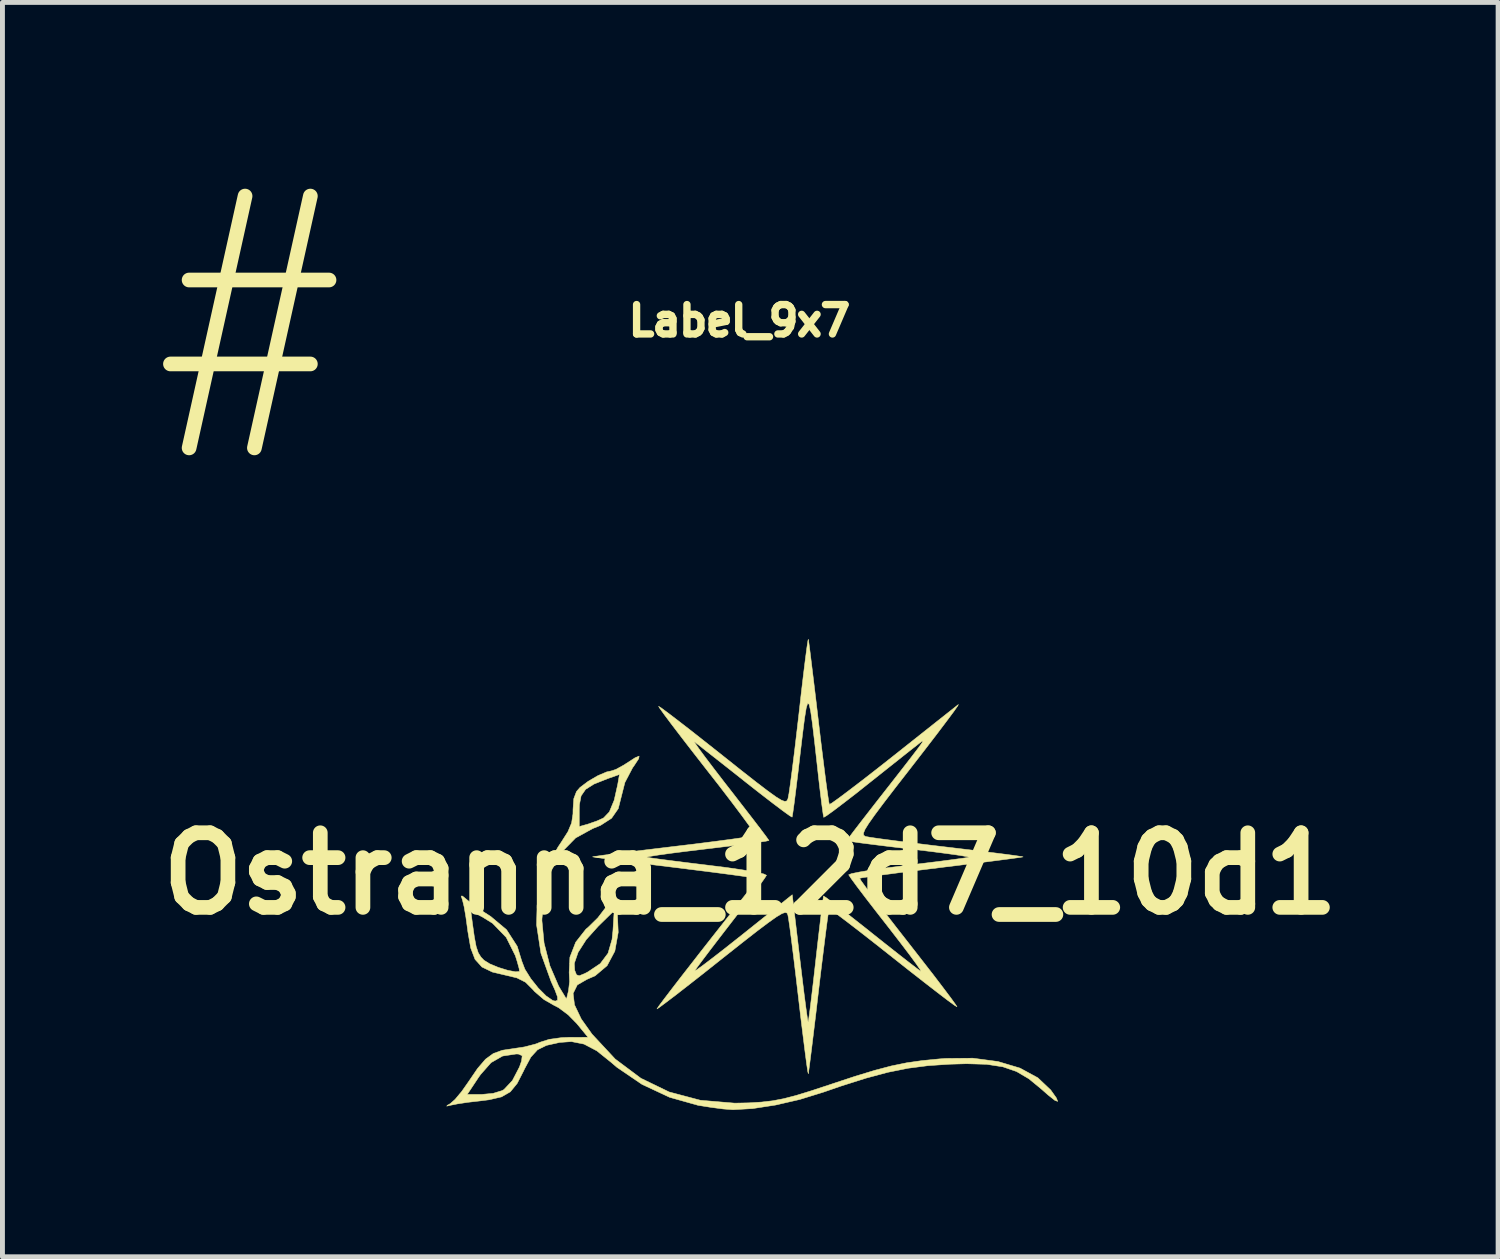
<source format=kicad_pcb>
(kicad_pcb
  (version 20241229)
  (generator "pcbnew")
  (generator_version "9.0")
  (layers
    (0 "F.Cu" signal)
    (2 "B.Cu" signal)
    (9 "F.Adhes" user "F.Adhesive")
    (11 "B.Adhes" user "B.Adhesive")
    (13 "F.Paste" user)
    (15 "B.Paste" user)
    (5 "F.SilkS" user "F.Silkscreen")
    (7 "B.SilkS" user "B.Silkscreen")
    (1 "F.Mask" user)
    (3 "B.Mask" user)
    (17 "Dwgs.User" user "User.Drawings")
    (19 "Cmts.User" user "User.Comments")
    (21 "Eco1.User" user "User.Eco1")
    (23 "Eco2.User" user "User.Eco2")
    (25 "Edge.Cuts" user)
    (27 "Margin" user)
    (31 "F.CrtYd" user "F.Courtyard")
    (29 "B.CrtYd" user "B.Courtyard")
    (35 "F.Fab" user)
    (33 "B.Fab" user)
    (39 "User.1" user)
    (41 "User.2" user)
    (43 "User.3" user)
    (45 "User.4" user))
  (footprint "Label_9x7"
    (layer "F.Cu")
    (at 12.05 3.5)
    (property "Reference" "Label_9x7" (at 0 0 0) (layer "F.SilkS") (effects (font (size 0.6 0.6) (thickness 0.15))))
    (attr exclude_from_pos_files exclude_from_bom)
    (fp_line (start -4.5 0) (end 4.5 0) (stroke (width 7) (type solid)) (layer "F.Mask"))
    (fp_text user "#" (at -10 0 0) (layer "F.SilkS") (effects (font (size 4 4) (thickness 0.3)))))
  (footprint "Ostranna_12d7_10d1"
    (layer "F.Cu")
    (at 12.272 14.791)
    (property "Reference" "Ostranna_12d7_10d1" (at 0 0 0) (layer "F.SilkS") (effects (font (size 1.524 1.524) (thickness 0.3))))
    (attr exclude_from_pos_files exclude_from_bom)
    (fp_line (start -2.27 -0.33) (end -2.48 -0.35) (stroke (width 0.15) (type solid)) (layer "F.SilkS"))
    (fp_line (start -1.39 2.23) (end -1.32 2.15) (stroke (width 0.15) (type solid)) (layer "F.SilkS"))
    (fp_line (start -1.23 -2.8) (end -1.35 -2.9) (stroke (width 0.15) (type solid)) (layer "F.SilkS"))
    (fp_line (start -1.23 2.07) (end -1.28 2.12) (stroke (width 0.15) (type solid)) (layer "F.SilkS"))
    (fp_line (start 1.18 3.14) (end 1.19 3.27) (stroke (width 0.15) (type solid)) (layer "F.SilkS"))
    (fp_line (start 1.22 -3.67) (end 1.2 -3.87) (stroke (width 0.15) (type solid)) (layer "F.SilkS"))
    (fp_line (start 3.57 2.06) (end 3.65 2.14) (stroke (width 0.15) (type solid)) (layer "F.SilkS"))
    (fp_line (start 3.6 -2.79) (end 3.7 -2.87) (stroke (width 0.15) (type solid)) (layer "F.SilkS"))
    (fp_line (start 4.63 -0.35) (end 4.79 -0.35) (stroke (width 0.15) (type solid)) (layer "F.SilkS"))
    (fp_poly (pts (xy -2.279 -2.347) (xy -2.373 -2.204) (xy -2.404 -2.161) (xy -2.561 -1.861) (xy -2.627 -1.601) (xy -2.696 -1.328) (xy -2.833 -1.131) (xy -3.061 -0.984) (xy -3.219 -0.92) (xy -3.567 -0.729) (xy -3.852 -0.438) (xy -4.066 -0.058) (xy -4.202 0.398) (xy -4.254 0.917) (xy -4.255 0.961) (xy -4.211 1.419) (xy -4.092 1.883) (xy -3.914 2.296) (xy -3.877 2.359) (xy -3.754 2.561) (xy -3.712 2.391) (xy -3.69 2.201) (xy -3.699 2.017) (xy -3.69 1.833) (xy -3.594 1.833) (xy -3.586 1.973) (xy -3.549 2.066) (xy -3.493 2.086) (xy -3.38 2.04) (xy -3.315 2.006) (xy -3.063 1.837) (xy -2.905 1.626) (xy -2.823 1.343) (xy -2.805 1.169) (xy -2.779 0.755) (xy -3.106 1.075) (xy -3.35 1.347) (xy -3.516 1.607) (xy -3.594 1.833) (xy -3.69 1.833) (xy -3.684 1.707) (xy -3.565 1.4) (xy -3.357 1.135) (xy -3.298 1.084) (xy -3.113 0.902) (xy -2.949 0.687) (xy -2.907 0.616) (xy -2.767 0.349) (xy -2.718 0.73) (xy -2.697 1.199) (xy -2.766 1.583) (xy -2.924 1.88) (xy -3.168 2.086) (xy -3.337 2.16) (xy -3.533 2.273) (xy -3.618 2.446) (xy -3.59 2.678) (xy -3.452 2.968) (xy -3.231 3.279) (xy -2.758 3.787) (xy -2.234 4.179) (xy -1.656 4.459) (xy -1.019 4.628) (xy -0.319 4.687) (xy -0.027 4.681) (xy 0.229 4.665) (xy 0.455 4.639) (xy 0.681 4.596) (xy 0.936 4.53) (xy 1.251 4.433) (xy 1.654 4.3) (xy 1.656 4.299) (xy 2.143 4.138) (xy 2.541 4.017) (xy 2.882 3.927) (xy 3.194 3.863) (xy 3.509 3.818) (xy 3.856 3.784) (xy 3.983 3.774) (xy 4.545 3.769) (xy 5.058 3.837) (xy 5.507 3.971) (xy 5.872 4.169) (xy 6.135 4.418) (xy 6.25 4.58) (xy 6.278 4.651) (xy 6.221 4.631) (xy 6.08 4.519) (xy 5.944 4.399) (xy 5.69 4.19) (xy 5.437 4.041) (xy 5.158 3.945) (xy 4.827 3.894) (xy 4.417 3.882) (xy 4.071 3.892) (xy 3.634 3.921) (xy 3.224 3.974) (xy 2.81 4.057) (xy 2.362 4.177) (xy 1.848 4.34) (xy 1.492 4.463) (xy 1.01 4.612) (xy 0.515 4.726) (xy 0.047 4.798) (xy -0.351 4.821) (xy -0.37 4.82) (xy -0.552 4.806) (xy -0.803 4.773) (xy -1.067 4.731) (xy -1.646 4.568) (xy -2.212 4.303) (xy -2.723 3.955) (xy -2.841 3.854) (xy -3.135 3.618) (xy -3.396 3.481) (xy -3.652 3.43) (xy -3.893 3.447) (xy -4.161 3.507) (xy -4.345 3.597) (xy -4.482 3.748) (xy -4.611 3.989) (xy -4.627 4.024) (xy -4.761 4.285) (xy -4.901 4.456) (xy -5.08 4.559) (xy -5.333 4.618) (xy -5.524 4.642) (xy -5.767 4.67) (xy -5.979 4.702) (xy -6.096 4.725) (xy -6.199 4.748) (xy -6.187 4.731) (xy -6.128 4.698) (xy -6.029 4.611) (xy -5.943 4.508) (xy -5.78 4.508) (xy -5.476 4.508) (xy -5.251 4.487) (xy -5.068 4.431) (xy -5.03 4.409) (xy -4.858 4.226) (xy -4.714 3.949) (xy -4.671 3.826) (xy -4.658 3.719) (xy -4.732 3.685) (xy -4.78 3.683) (xy -5.058 3.725) (xy -5.294 3.86) (xy -5.51 4.105) (xy -5.551 4.163) (xy -5.78 4.508) (xy -5.943 4.508) (xy -5.895 4.451) (xy -5.763 4.263) (xy -5.57 3.98) (xy -5.407 3.79) (xy -5.247 3.673) (xy -5.064 3.607) (xy -4.85 3.575) (xy -4.608 3.538) (xy -4.388 3.481) (xy -4.286 3.441) (xy -4.104 3.383) (xy -3.853 3.349) (xy -3.704 3.343) (xy -3.313 3.342) (xy -3.542 3.063) (xy -3.718 2.884) (xy -3.915 2.737) (xy -4.014 2.686) (xy -4.214 2.571) (xy -4.404 2.408) (xy -4.441 2.366) (xy -4.591 2.217) (xy -4.766 2.129) (xy -4.962 2.082) (xy -5.267 2.01) (xy -5.48 1.907) (xy -5.621 1.75) (xy -5.71 1.517) (xy -5.768 1.182) (xy -5.774 1.135) (xy -5.808 0.887) (xy -5.829 0.764) (xy -5.707 0.764) (xy -5.676 1.001) (xy -5.635 1.293) (xy -5.598 1.489) (xy -5.555 1.617) (xy -5.499 1.706) (xy -5.438 1.769) (xy -5.321 1.842) (xy -5.145 1.915) (xy -4.954 1.974) (xy -4.794 2.005) (xy -4.713 1.998) (xy -4.721 1.936) (xy -4.761 1.792) (xy -4.798 1.675) (xy -4.984 1.302) (xy -5.263 1.014) (xy -5.473 0.884) (xy -5.707 0.764) (xy -5.829 0.764) (xy -5.844 0.676) (xy -5.876 0.545) (xy -5.877 0.54) (xy -5.905 0.458) (xy -5.879 0.457) (xy -5.779 0.539) (xy -5.773 0.544) (xy -5.632 0.652) (xy -5.435 0.788) (xy -5.299 0.876) (xy -4.977 1.146) (xy -4.759 1.485) (xy -4.667 1.785) (xy -4.604 1.95) (xy -4.482 2.145) (xy -4.329 2.337) (xy -4.171 2.496) (xy -4.034 2.591) (xy -3.982 2.603) (xy -3.936 2.585) (xy -3.937 2.516) (xy -3.99 2.374) (xy -4.067 2.204) (xy -4.275 1.628) (xy -4.364 1.047) (xy -4.354 0.647) (xy -4.282 0.223) (xy -4.146 -0.156) (xy -3.927 -0.542) (xy -3.863 -0.638) (xy -3.723 -0.858) (xy -3.649 -1.035) (xy -3.621 -1.22) (xy -3.62 -1.299) (xy -3.493 -1.299) (xy -3.493 -0.961) (xy -3.311 -1.013) (xy -3.128 -1.077) (xy -2.998 -1.136) (xy -2.878 -1.261) (xy -2.779 -1.5) (xy -2.707 -1.822) (xy -2.672 -2.025) (xy -2.919 -1.938) (xy -3.192 -1.829) (xy -3.363 -1.721) (xy -3.455 -1.588) (xy -3.49 -1.405) (xy -3.493 -1.299) (xy -3.62 -1.299) (xy -3.62 -1.309) (xy -3.604 -1.532) (xy -3.549 -1.677) (xy -3.477 -1.76) (xy -3.311 -1.885) (xy -3.114 -2) (xy -2.934 -2.077) (xy -2.844 -2.096) (xy -2.743 -2.129) (xy -2.589 -2.214) (xy -2.526 -2.254) (xy -2.35 -2.368) (xy -2.27 -2.4) (xy -2.279 -2.347)) (stroke (width 0.01) (type solid)) (fill yes) (layer "F.SilkS"))
    (fp_poly (pts (xy 1.197 -4.71) (xy 1.221 -4.526) (xy 1.255 -4.25) (xy 1.298 -3.899) (xy 1.347 -3.492) (xy 1.395 -3.084) (xy 1.448 -2.641) (xy 1.498 -2.242) (xy 1.541 -1.902) (xy 1.577 -1.64) (xy 1.602 -1.47) (xy 1.615 -1.412) (xy 1.669 -1.443) (xy 1.809 -1.543) (xy 2.021 -1.702) (xy 2.292 -1.909) (xy 2.608 -2.155) (xy 2.9 -2.385) (xy 3.248 -2.661) (xy 3.567 -2.914) (xy 3.841 -3.131) (xy 4.056 -3.301) (xy 4.199 -3.414) (xy 4.25 -3.454) (xy 4.236 -3.425) (xy 4.154 -3.308) (xy 4.01 -3.115) (xy 3.816 -2.858) (xy 3.579 -2.549) (xy 3.308 -2.199) (xy 3.278 -2.16) (xy 2.963 -1.755) (xy 2.719 -1.437) (xy 2.54 -1.197) (xy 2.417 -1.023) (xy 2.343 -0.904) (xy 2.312 -0.828) (xy 2.315 -0.785) (xy 2.346 -0.762) (xy 2.362 -0.757) (xy 2.464 -0.739) (xy 2.674 -0.709) (xy 2.97 -0.67) (xy 3.335 -0.624) (xy 3.749 -0.573) (xy 4.046 -0.538) (xy 4.471 -0.487) (xy 4.849 -0.441) (xy 5.165 -0.401) (xy 5.401 -0.37) (xy 5.54 -0.349) (xy 5.57 -0.342) (xy 5.506 -0.331) (xy 5.333 -0.307) (xy 5.066 -0.272) (xy 4.724 -0.228) (xy 4.322 -0.178) (xy 3.905 -0.127) (xy 3.462 -0.072) (xy 3.063 -0.022) (xy 2.723 0.023) (xy 2.461 0.058) (xy 2.292 0.083) (xy 2.233 0.095) (xy 2.265 0.149) (xy 2.366 0.288) (xy 2.525 0.501) (xy 2.732 0.773) (xy 2.978 1.091) (xy 3.225 1.407) (xy 3.497 1.756) (xy 3.741 2.07) (xy 3.944 2.337) (xy 4.099 2.543) (xy 4.194 2.675) (xy 4.221 2.719) (xy 4.168 2.687) (xy 4.03 2.586) (xy 3.819 2.425) (xy 3.549 2.216) (xy 3.233 1.969) (xy 2.917 1.719) (xy 2.57 1.445) (xy 2.257 1.2) (xy 1.991 0.995) (xy 1.786 0.84) (xy 1.654 0.744) (xy 1.61 0.718) (xy 1.597 0.784) (xy 1.572 0.96) (xy 1.537 1.227) (xy 1.494 1.571) (xy 1.444 1.974) (xy 1.395 2.385) (xy 1.343 2.83) (xy 1.294 3.233) (xy 1.252 3.578) (xy 1.218 3.847) (xy 1.195 4.022) (xy 1.186 4.087) (xy 1.174 4.042) (xy 1.151 3.887) (xy 1.118 3.638) (xy 1.077 3.311) (xy 1.029 2.923) (xy 0.987 2.563) (xy 0.935 2.122) (xy 0.886 1.717) (xy 0.842 1.366) (xy 0.806 1.09) (xy 0.779 0.907) (xy 0.767 0.842) (xy 0.749 0.804) (xy 0.711 0.793) (xy 0.644 0.817) (xy 0.535 0.882) (xy 0.374 0.996) (xy 0.148 1.166) (xy -0.152 1.4) (xy -0.539 1.706) (xy -0.588 1.745) (xy -0.937 2.022) (xy -1.252 2.269) (xy -1.519 2.477) (xy -1.726 2.634) (xy -1.859 2.733) (xy -1.905 2.762) (xy -1.868 2.705) (xy -1.763 2.564) (xy -1.602 2.353) (xy -1.397 2.087) (xy -1.159 1.782) (xy -1.07 1.667) (xy -0.809 1.334) (xy -0.562 1.02) (xy -0.345 0.744) (xy -0.174 0.525) (xy -0.062 0.382) (xy -0.046 0.362) (xy 0.059 0.218) (xy 0.116 0.12) (xy 0.119 0.098) (xy 0.052 0.084) (xy -0.124 0.057) (xy -0.393 0.02) (xy -0.737 -0.025) (xy -1.14 -0.076) (xy -1.556 -0.128) (xy -1.998 -0.182) (xy -2.397 -0.232) (xy -2.735 -0.275) (xy -2.996 -0.31) (xy -3.164 -0.333) (xy -3.187 -0.337) (xy -2.116 -0.337) (xy -2.115 -0.335) (xy -2.034 -0.321) (xy -1.848 -0.295) (xy -1.578 -0.26) (xy -1.243 -0.218) (xy -0.866 -0.172) (xy -0.851 -0.17) (xy -0.467 -0.122) (xy -0.14 -0.074) (xy 0.114 -0.03) (xy 0.277 0.007) (xy 0.331 0.034) (xy 0.288 0.101) (xy 0.18 0.252) (xy 0.018 0.468) (xy -0.184 0.734) (xy -0.399 1.012) (xy -0.627 1.308) (xy -0.827 1.569) (xy -0.987 1.781) (xy -1.094 1.925) (xy -1.134 1.985) (xy -1.094 1.964) (xy -0.969 1.874) (xy -0.774 1.726) (xy -0.523 1.531) (xy -0.23 1.299) (xy -0.149 1.235) (xy 0.857 0.431) (xy 1.012 1.738) (xy 1.059 2.128) (xy 1.101 2.47) (xy 1.137 2.745) (xy 1.164 2.937) (xy 1.18 3.026) (xy 1.182 3.03) (xy 1.194 2.965) (xy 1.217 2.793) (xy 1.249 2.533) (xy 1.288 2.205) (xy 1.331 1.826) (xy 1.34 1.745) (xy 1.384 1.359) (xy 1.424 1.018) (xy 1.457 0.742) (xy 1.482 0.55) (xy 1.495 0.461) (xy 1.496 0.457) (xy 1.547 0.489) (xy 1.682 0.588) (xy 1.885 0.743) (xy 2.14 0.943) (xy 2.433 1.174) (xy 2.453 1.191) (xy 2.754 1.43) (xy 3.024 1.643) (xy 3.247 1.817) (xy 3.406 1.939) (xy 3.482 1.995) (xy 3.483 1.995) (xy 3.472 1.964) (xy 3.393 1.848) (xy 3.255 1.66) (xy 3.068 1.414) (xy 2.844 1.124) (xy 2.794 1.06) (xy 2.556 0.755) (xy 2.346 0.483) (xy 2.177 0.26) (xy 2.062 0.103) (xy 2.011 0.026) (xy 2.01 0.023) (xy 2.067 0.000159) (xy 2.23 -0.033) (xy 2.482 -0.075) (xy 2.803 -0.12) (xy 3.173 -0.167) (xy 3.2 -0.17) (xy 3.579 -0.216) (xy 3.916 -0.258) (xy 4.189 -0.294) (xy 4.379 -0.32) (xy 4.464 -0.334) (xy 4.465 -0.335) (xy 4.424 -0.348) (xy 4.276 -0.373) (xy 4.036 -0.407) (xy 3.722 -0.448) (xy 3.353 -0.493) (xy 3.249 -0.505) (xy 2.862 -0.551) (xy 2.523 -0.593) (xy 2.248 -0.628) (xy 2.059 -0.655) (xy 1.972 -0.67) (xy 1.968 -0.672) (xy 2.006 -0.725) (xy 2.108 -0.861) (xy 2.262 -1.061) (xy 2.455 -1.31) (xy 2.581 -1.472) (xy 2.889 -1.865) (xy 3.126 -2.169) (xy 3.3 -2.394) (xy 3.419 -2.55) (xy 3.491 -2.648) (xy 3.523 -2.699) (xy 3.523 -2.712) (xy 3.5 -2.699) (xy 3.491 -2.693) (xy 3.414 -2.632) (xy 3.254 -2.507) (xy 3.03 -2.329) (xy 2.759 -2.114) (xy 2.458 -1.875) (xy 2.165 -1.642) (xy 1.906 -1.442) (xy 1.699 -1.285) (xy 1.559 -1.184) (xy 1.501 -1.15) (xy 1.5 -1.15) (xy 1.487 -1.219) (xy 1.463 -1.391) (xy 1.431 -1.647) (xy 1.394 -1.963) (xy 1.369 -2.191) (xy 1.313 -2.692) (xy 1.268 -3.069) (xy 1.232 -3.324) (xy 1.201 -3.459) (xy 1.171 -3.477) (xy 1.142 -3.38) (xy 1.108 -3.17) (xy 1.067 -2.848) (xy 1.019 -2.445) (xy 0.974 -2.058) (xy 0.932 -1.717) (xy 0.897 -1.441) (xy 0.87 -1.248) (xy 0.855 -1.158) (xy 0.854 -1.154) (xy 0.801 -1.185) (xy 0.665 -1.283) (xy 0.461 -1.437) (xy 0.204 -1.635) (xy -0.089 -1.865) (xy -0.105 -1.878) (xy -0.407 -2.117) (xy -0.679 -2.331) (xy -0.903 -2.507) (xy -1.062 -2.633) (xy -1.139 -2.693) (xy -1.129 -2.667) (xy -1.051 -2.554) (xy -0.914 -2.369) (xy -0.728 -2.124) (xy -0.504 -1.833) (xy -0.424 -1.731) (xy -0.183 -1.42) (xy 0.03 -1.145) (xy 0.202 -0.92) (xy 0.322 -0.761) (xy 0.378 -0.682) (xy 0.381 -0.677) (xy 0.321 -0.663) (xy 0.154 -0.638) (xy -0.102 -0.603) (xy -0.429 -0.562) (xy -0.806 -0.516) (xy -0.899 -0.505) (xy -1.281 -0.459) (xy -1.611 -0.417) (xy -1.871 -0.381) (xy -2.046 -0.353) (xy -2.116 -0.337) (xy -3.187 -0.337) (xy -3.221 -0.343) (xy -3.164 -0.353) (xy -2.998 -0.377) (xy -2.738 -0.41) (xy -2.401 -0.453) (xy -2.003 -0.501) (xy -1.582 -0.552) (xy -1.138 -0.605) (xy -0.737 -0.656) (xy -0.395 -0.701) (xy -0.13 -0.739) (xy 0.042 -0.766) (xy 0.103 -0.781) (xy 0.075 -0.837) (xy -0.023 -0.98) (xy -0.18 -1.195) (xy -0.386 -1.469) (xy -0.63 -1.788) (xy -0.878 -2.105) (xy -1.15 -2.454) (xy -1.393 -2.768) (xy -1.597 -3.035) (xy -1.751 -3.241) (xy -1.846 -3.373) (xy -1.873 -3.417) (xy -1.82 -3.385) (xy -1.682 -3.283) (xy -1.471 -3.122) (xy -1.201 -2.913) (xy -0.885 -2.664) (xy -0.564 -2.41) (xy -0.173 -2.099) (xy 0.131 -1.861) (xy 0.359 -1.687) (xy 0.523 -1.569) (xy 0.634 -1.501) (xy 0.703 -1.475) (xy 0.744 -1.483) (xy 0.765 -1.518) (xy 0.77 -1.533) (xy 0.79 -1.636) (xy 0.82 -1.846) (xy 0.859 -2.144) (xy 0.905 -2.511) (xy 0.954 -2.928) (xy 0.993 -3.262) (xy 1.041 -3.689) (xy 1.086 -4.069) (xy 1.125 -4.384) (xy 1.156 -4.618) (xy 1.177 -4.756) (xy 1.185 -4.786) (xy 1.197 -4.71)) (stroke (width 0.01) (type solid)) (fill yes) (layer "F.SilkS")))
  (gr_rect
    (start -3 -3)
    (end 27.544 22.616)
    (stroke (width 0.1) (type default))
    (fill no)
    (layer "Edge.Cuts")))
</source>
